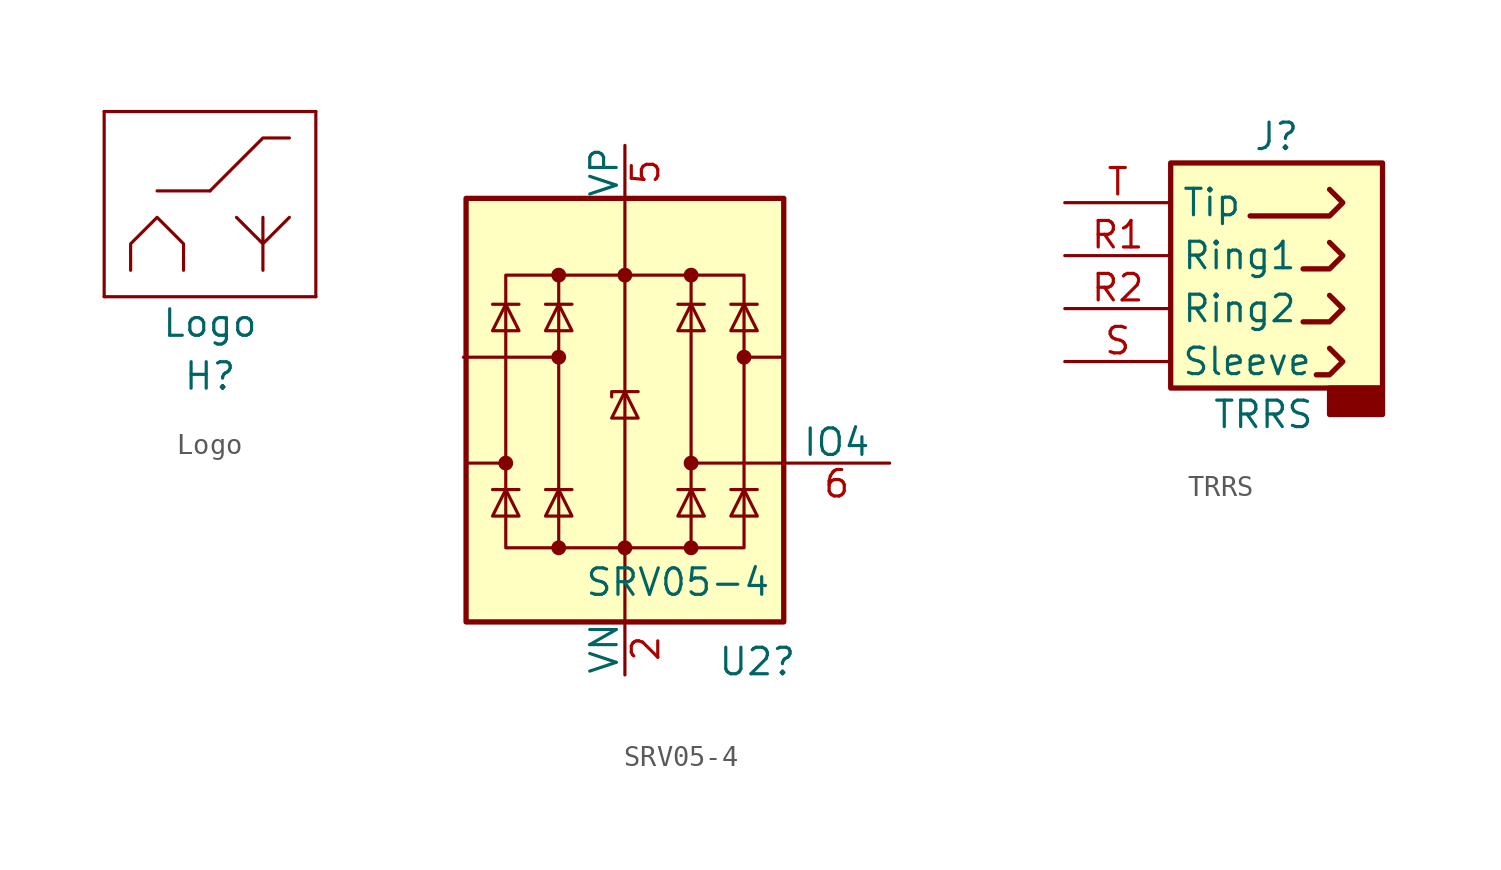
<source format=kicad_sym>
(kicad_symbol_lib
  (version 20211014)
  (generator kicad_symbol_editor)
  (symbol "Logo"
    (pin_names
      (offset 1.016))
    (property "Reference" "H"
      (at 0 -6.35 0)
      (effects (font (size 1.27 1.27))))
    (property "Value" "Logo"
      (at 0 -3.81 0)
      (effects (font (size 1.27 1.27))))
    (symbol "Logo_0_1"
      (rectangle (start -5.08 -2.54) (end -5.08 6.35) (stroke (width 0) (type default) (color 0 0 0 0)) (fill (type none)))
      (rectangle (start -5.08 6.35) (end 5.08 6.35) (stroke (width 0) (type default) (color 0 0 0 0)) (fill (type none)))
      (rectangle (start -2.54 2.54) (end 0 2.54) (stroke (width 0) (type default) (color 0 0 0 0)) (fill (type none)))
      (polyline (pts (xy 0 2.54) (xy 2.54 5.08) (xy 3.81 5.08)) (stroke (width 0) (type default) (color 0 0 0 0)) (fill (type none)))
      (polyline (pts (xy -3.81 -1.27) (xy -3.81 0) (xy -2.54 1.27) (xy -1.27 0) (xy -1.27 -1.27)) (stroke (width 0) (type default) (color 0 0 0 0)) (fill (type none)))
      (polyline (pts (xy 2.54 -1.27) (xy 2.54 0) (xy 1.27 1.27) (xy 2.54 0) (xy 2.54 1.27) (xy 2.54 0) (xy 3.81 1.27)) (stroke (width 0) (type default) (color 0 0 0 0)) (fill (type none)))
      (rectangle (start 5.08 -2.54) (end -5.08 -2.54) (stroke (width 0) (type default) (color 0 0 0 0)) (fill (type none)))
      (rectangle (start 5.08 6.35) (end 5.08 -2.54) (stroke (width 0) (type default) (color 0 0 0 0)) (fill (type none)))))
  (symbol "SRV05-4"
    (pin_names
      (offset 0))
    (property "Reference" "U2"
      (at 6.35 -12.065 0)
      (effects (font (size 1.27 1.27))))
    (property "Value" "SRV05-4"
      (at 2.54 -8.255 0)
      (effects (font (size 1.27 1.27))))
    (symbol "SRV05-4_0_0"
      (rectangle (start -5.715 6.477) (end 5.715 -6.604) (stroke (width 0) (type default) (color 0 0 0 0)) (fill (type none)))
      (polyline (pts (xy -3.175 -6.604) (xy -3.175 6.477)) (stroke (width 0) (type default) (color 0 0 0 0)) (fill (type none)))
      (polyline (pts (xy 3.175 6.477) (xy 3.175 -6.604)) (stroke (width 0) (type default) (color 0 0 0 0)) (fill (type none))))
    (symbol "SRV05-4_0_1"
      (rectangle (start -7.62 10.16) (end 7.62 -10.16) (stroke (width 0.254) (type default) (color 0 0 0 0)) (fill (type background)))
      (circle (center -5.715 -2.54) (radius 0.279) (stroke (width 0) (type default) (color 0 0 0 0)) (fill (type outline)))
      (circle (center -3.175 -6.604) (radius 0.279) (stroke (width 0) (type default) (color 0 0 0 0)) (fill (type outline)))
      (circle (center -3.175 2.54) (radius 0.279) (stroke (width 0) (type default) (color 0 0 0 0)) (fill (type outline)))
      (circle (center -3.175 6.477) (radius 0.279) (stroke (width 0) (type default) (color 0 0 0 0)) (fill (type outline)))
      (circle (center 0 -6.604) (radius 0.279) (stroke (width 0) (type default) (color 0 0 0 0)) (fill (type outline)))
      (polyline (pts (xy -7.747 2.54) (xy -3.175 2.54)) (stroke (width 0) (type default) (color 0 0 0 0)) (fill (type none)))
      (polyline (pts (xy -7.62 -2.54) (xy -5.715 -2.54)) (stroke (width 0) (type default) (color 0 0 0 0)) (fill (type none)))
      (polyline (pts (xy -5.08 -3.81) (xy -6.35 -3.81)) (stroke (width 0) (type default) (color 0 0 0 0)) (fill (type none)))
      (polyline (pts (xy -5.08 5.08) (xy -6.35 5.08)) (stroke (width 0) (type default) (color 0 0 0 0)) (fill (type none)))
      (polyline (pts (xy -2.54 -3.81) (xy -3.81 -3.81)) (stroke (width 0) (type default) (color 0 0 0 0)) (fill (type none)))
      (polyline (pts (xy -2.54 5.08) (xy -3.81 5.08)) (stroke (width 0) (type default) (color 0 0 0 0)) (fill (type none)))
      (polyline (pts (xy 0 10.16) (xy 0 -10.16)) (stroke (width 0) (type default) (color 0 0 0 0)) (fill (type none)))
      (polyline (pts (xy 3.81 -3.81) (xy 2.54 -3.81)) (stroke (width 0) (type default) (color 0 0 0 0)) (fill (type none)))
      (polyline (pts (xy 3.81 5.08) (xy 2.54 5.08)) (stroke (width 0) (type default) (color 0 0 0 0)) (fill (type none)))
      (polyline (pts (xy 6.35 -3.81) (xy 5.08 -3.81)) (stroke (width 0) (type default) (color 0 0 0 0)) (fill (type none)))
      (polyline (pts (xy 6.35 5.08) (xy 5.08 5.08)) (stroke (width 0) (type default) (color 0 0 0 0)) (fill (type none)))
      (polyline (pts (xy 7.62 -2.54) (xy 3.175 -2.54)) (stroke (width 0) (type default) (color 0 0 0 0)) (fill (type none)))
      (polyline (pts (xy 7.62 2.54) (xy 5.715 2.54)) (stroke (width 0) (type default) (color 0 0 0 0)) (fill (type none)))
      (polyline (pts (xy 0.635 0.889) (xy -0.635 0.889) (xy -0.635 0.635)) (stroke (width 0) (type default) (color 0 0 0 0)) (fill (type none)))
      (polyline (pts (xy -5.08 -5.08) (xy -6.35 -5.08) (xy -5.715 -3.81) (xy -5.08 -5.08)) (stroke (width 0) (type default) (color 0 0 0 0)) (fill (type none)))
      (polyline (pts (xy -5.08 3.81) (xy -6.35 3.81) (xy -5.715 5.08) (xy -5.08 3.81)) (stroke (width 0) (type default) (color 0 0 0 0)) (fill (type none)))
      (polyline (pts (xy -2.54 -5.08) (xy -3.81 -5.08) (xy -3.175 -3.81) (xy -2.54 -5.08)) (stroke (width 0) (type default) (color 0 0 0 0)) (fill (type none)))
      (polyline (pts (xy -2.54 3.81) (xy -3.81 3.81) (xy -3.175 5.08) (xy -2.54 3.81)) (stroke (width 0) (type default) (color 0 0 0 0)) (fill (type none)))
      (polyline (pts (xy 0.635 -0.381) (xy -0.635 -0.381) (xy 0 0.889) (xy 0.635 -0.381)) (stroke (width 0) (type default) (color 0 0 0 0)) (fill (type none)))
      (polyline (pts (xy 3.81 -5.08) (xy 2.54 -5.08) (xy 3.175 -3.81) (xy 3.81 -5.08)) (stroke (width 0) (type default) (color 0 0 0 0)) (fill (type none)))
      (polyline (pts (xy 3.81 3.81) (xy 2.54 3.81) (xy 3.175 5.08) (xy 3.81 3.81)) (stroke (width 0) (type default) (color 0 0 0 0)) (fill (type none)))
      (polyline (pts (xy 6.35 -5.08) (xy 5.08 -5.08) (xy 5.715 -3.81) (xy 6.35 -5.08)) (stroke (width 0) (type default) (color 0 0 0 0)) (fill (type none)))
      (polyline (pts (xy 6.35 3.81) (xy 5.08 3.81) (xy 5.715 5.08) (xy 6.35 3.81)) (stroke (width 0) (type default) (color 0 0 0 0)) (fill (type none)))
      (circle (center 0 6.477) (radius 0.279) (stroke (width 0) (type default) (color 0 0 0 0)) (fill (type outline)))
      (circle (center 3.175 -6.604) (radius 0.279) (stroke (width 0) (type default) (color 0 0 0 0)) (fill (type outline)))
      (circle (center 3.175 -2.54) (radius 0.279) (stroke (width 0) (type default) (color 0 0 0 0)) (fill (type outline)))
      (circle (center 3.175 6.477) (radius 0.279) (stroke (width 0) (type default) (color 0 0 0 0)) (fill (type outline)))
      (circle (center 5.715 2.54) (radius 0.279) (stroke (width 0) (type default) (color 0 0 0 0)) (fill (type outline))))
    (symbol "SRV05-4_1_1"
      (pin passive line (at 0 -12.7 90) (length 2.54) (name "VN" (effects (font (size 1.27 1.27)))) (number "2" (effects (font (size 1.27 1.27)))))
      (pin passive line (at 0 12.7 270) (length 2.54) (name "VP" (effects (font (size 1.27 1.27)))) (number "5" (effects (font (size 1.27 1.27)))))
      (pin passive line (at 12.7 -2.54 180) (length 5.08) (name "IO4" (effects (font (size 1.27 1.27)))) (number "6" (effects (font (size 1.27 1.27)))))))
  (symbol "TRRS"
    (property "Reference" "J"
      (at 7.62 5.715 0)
      (effects (font (size 1.27 1.27))))
    (property "Value" "TRRS"
      (at 6.985 -7.62 0)
      (effects (font (size 1.27 1.27))))
    (symbol "TRRS_0_1"
      (polyline (pts (xy 6.35 1.905) (xy 10.16 1.905) (xy 10.795 2.54) (xy 10.16 3.175)) (stroke (width 0.254) (type default) (color 0 0 0 0)) (fill (type none)))
      (polyline (pts (xy 8.89 -0.635) (xy 10.16 -0.635) (xy 10.795 0) (xy 10.16 0.635)) (stroke (width 0.254) (type default) (color 0 0 0 0)) (fill (type none)))
      (polyline (pts (xy 10.16 -4.445) (xy 10.795 -5.08) (xy 10.16 -5.715) (xy 9.525 -5.715)) (stroke (width 0.254) (type default) (color 0 0 0 0)) (fill (type none)))
      (polyline (pts (xy 10.16 -1.905) (xy 10.795 -2.54) (xy 10.16 -3.175) (xy 8.89 -3.175)) (stroke (width 0.254) (type default) (color 0 0 0 0)) (fill (type none)))
      (rectangle (start 12.7 -7.62) (end 10.16 -6.35) (stroke (width 0.254) (type default) (color 0 0 0 0)) (fill (type outline)))
      (rectangle (start 12.7 -6.35) (end 2.54 4.445) (stroke (width 0.254) (type default) (color 0 0 0 0)) (fill (type background))))
    (symbol "TRRS_1_1"
      (pin passive line (at -2.54 0 0) (length 5.08) (name "Ring1" (effects (font (size 1.27 1.27)))) (number "R1" (effects (font (size 1.27 1.27)))))
      (pin passive line (at -2.54 -2.54 0) (length 5.08) (name "Ring2" (effects (font (size 1.27 1.27)))) (number "R2" (effects (font (size 1.27 1.27)))))
      (pin passive line (at -2.54 -5.08 0) (length 5.08) (name "Sleeve" (effects (font (size 1.27 1.27)))) (number "S" (effects (font (size 1.27 1.27)))))
      (pin passive line (at -2.54 2.54 0) (length 5.08) (name "Tip" (effects (font (size 1.27 1.27)))) (number "T" (effects (font (size 1.27 1.27))))))))
</source>
